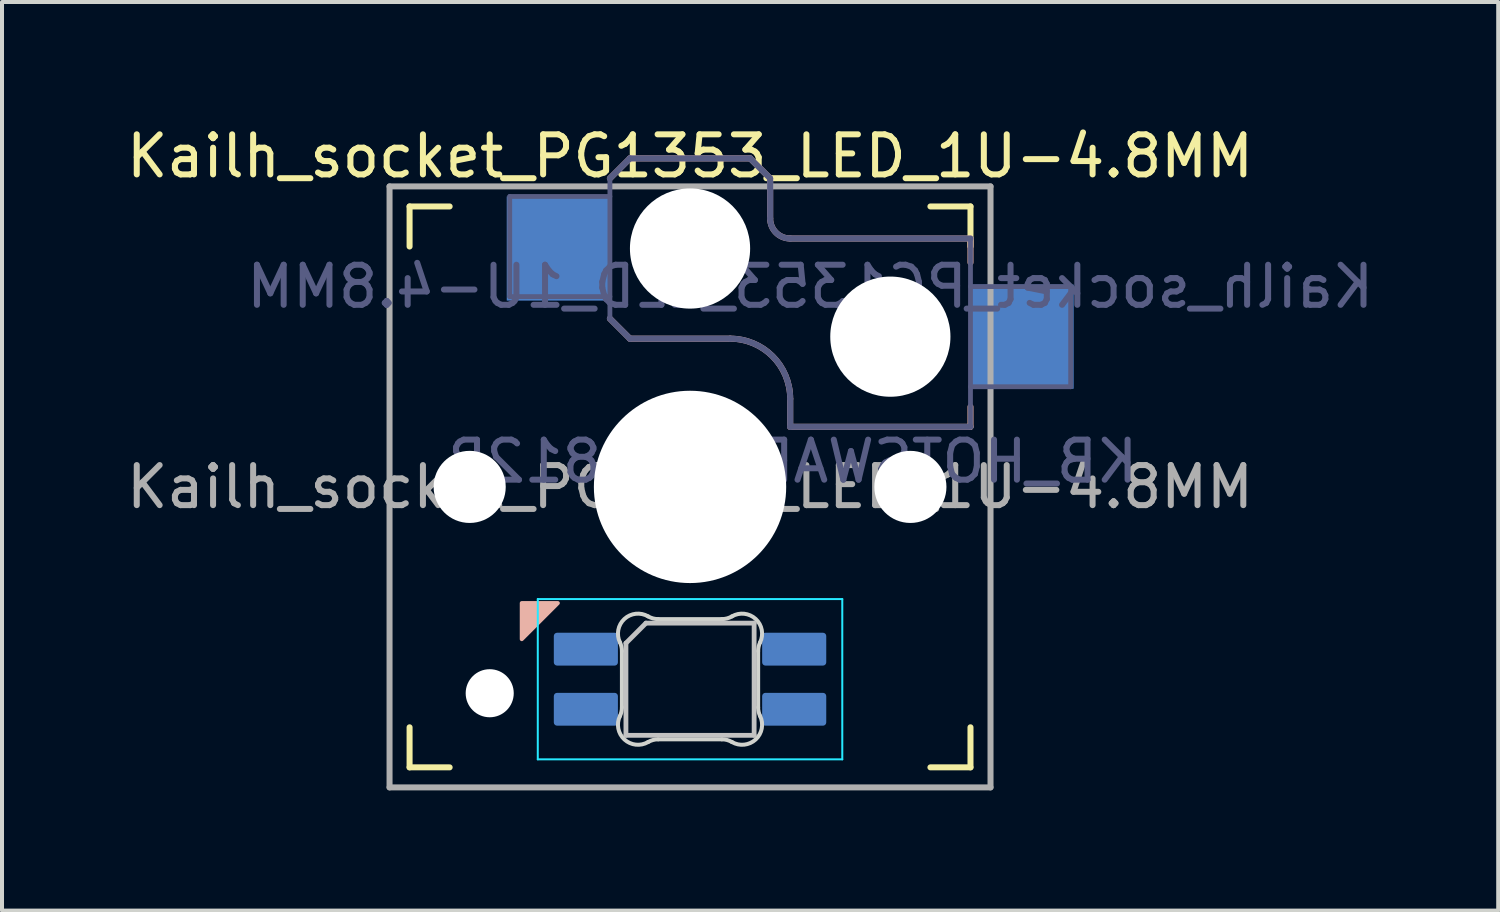
<source format=kicad_pcb>
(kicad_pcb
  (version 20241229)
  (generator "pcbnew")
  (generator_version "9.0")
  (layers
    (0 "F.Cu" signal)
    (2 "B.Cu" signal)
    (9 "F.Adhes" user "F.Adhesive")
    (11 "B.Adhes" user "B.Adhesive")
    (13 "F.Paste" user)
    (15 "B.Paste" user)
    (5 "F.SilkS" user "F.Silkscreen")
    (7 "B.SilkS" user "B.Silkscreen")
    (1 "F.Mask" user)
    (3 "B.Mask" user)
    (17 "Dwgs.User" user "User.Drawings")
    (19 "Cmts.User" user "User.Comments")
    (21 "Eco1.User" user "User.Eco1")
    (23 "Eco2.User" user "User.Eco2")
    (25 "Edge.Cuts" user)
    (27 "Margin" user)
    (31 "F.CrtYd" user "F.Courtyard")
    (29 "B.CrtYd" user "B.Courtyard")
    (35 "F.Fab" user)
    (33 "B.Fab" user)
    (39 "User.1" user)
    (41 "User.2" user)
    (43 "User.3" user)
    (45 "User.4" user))
  (footprint "Kailh_socket_PG1353_LED_1U-4.8MM"
    (layer "F.Cu")
    (at 14.173 9.103)
    (property "Reference" "Kailh_socket_PG1353_LED_1U-4.8MM" (at 0 -8.255 0) (layer "F.SilkS") (effects (font (size 1 1) (thickness 0.15))))
    (property "Value" "KB_HOTSWAP_WS2812B" (at 0 8.25 0) (layer "F.Fab") (hide yes) (effects (font (size 1 1) (thickness 0.15))))
    (attr through_hole)
    (fp_line (start -7 -6) (end -7 -7) (stroke (width 0.15) (type solid)) (layer "F.SilkS"))
    (fp_line (start -7 7) (end -7 6) (stroke (width 0.15) (type solid)) (layer "F.SilkS"))
    (fp_line (start -7 7) (end -6 7) (stroke (width 0.15) (type solid)) (layer "F.SilkS"))
    (fp_line (start -6 -7) (end -7 -7) (stroke (width 0.15) (type solid)) (layer "F.SilkS"))
    (fp_line (start 6 7) (end 7 7) (stroke (width 0.15) (type solid)) (layer "F.SilkS"))
    (fp_line (start 7 -7) (end 6 -7) (stroke (width 0.15) (type solid)) (layer "F.SilkS"))
    (fp_line (start 7 -7) (end 7 -6) (stroke (width 0.15) (type solid)) (layer "F.SilkS"))
    (fp_line (start 7 6) (end 7 7) (stroke (width 0.15) (type solid)) (layer "F.SilkS"))
    (fp_line (start -2 -7.7) (end -1.5 -8.2) (stroke (width 0.15) (type solid)) (layer "B.SilkS"))
    (fp_line (start -2 -4.2) (end -1.5 -3.7) (stroke (width 0.15) (type solid)) (layer "B.SilkS"))
    (fp_line (start -1.5 -8.2) (end 1.5 -8.2) (stroke (width 0.15) (type solid)) (layer "B.SilkS"))
    (fp_line (start -1.5 -3.7) (end 1 -3.7) (stroke (width 0.15) (type solid)) (layer "B.SilkS"))
    (fp_line (start 1.5 -8.2) (end 2 -7.7) (stroke (width 0.15) (type solid)) (layer "B.SilkS"))
    (fp_line (start 2 -6.7) (end 2 -7.7) (stroke (width 0.15) (type solid)) (layer "B.SilkS"))
    (fp_line (start 2.5 -2.2) (end 2.5 -1.5) (stroke (width 0.15) (type solid)) (layer "B.SilkS"))
    (fp_line (start 2.5 -1.5) (end 7 -1.5) (stroke (width 0.15) (type solid)) (layer "B.SilkS"))
    (fp_line (start 7 -6.2) (end 2.5 -6.2) (stroke (width 0.15) (type solid)) (layer "B.SilkS"))
    (fp_line (start 7 -5.6) (end 7 -6.2) (stroke (width 0.15) (type solid)) (layer "B.SilkS"))
    (fp_line (start 7 -1.5) (end 7 -2) (stroke (width 0.15) (type solid)) (layer "B.SilkS"))
    (fp_arc (start 1 -3.7) (mid 2.06066 -3.26066) (end 2.5 -2.2) (stroke (width 0.15) (type solid)) (layer "B.SilkS"))
    (fp_arc (start 2.5 -6.2) (mid 2.146447 -6.346447) (end 2 -6.7) (stroke (width 0.15) (type solid)) (layer "B.SilkS"))
    (fp_poly (pts (xy -4.2 3.8) (xy -3.3 2.9) (xy -4.2 2.9)) (stroke (width 0.1) (type solid)) (fill yes) (layer "B.SilkS"))
    (fp_line (start -1.6 3.9) (end -1.6 6.2) (stroke (width 0.12) (type solid)) (layer "Dwgs.User"))
    (fp_line (start -1.6 3.9) (end -1.1 3.4) (stroke (width 0.12) (type solid)) (layer "Dwgs.User"))
    (fp_line (start -1.6 6.2) (end 1.6 6.2) (stroke (width 0.12) (type solid)) (layer "Dwgs.User"))
    (fp_line (start 1.6 3.4) (end -1.1 3.4) (stroke (width 0.12) (type solid)) (layer "Dwgs.User"))
    (fp_line (start 1.6 6.2) (end 1.6 3.4) (stroke (width 0.12) (type solid)) (layer "Dwgs.User"))
    (fp_line (start -6.9 6.9) (end -6.9 -6.9) (stroke (width 0.15) (type solid)) (layer "Eco2.User"))
    (fp_line (start -6.9 6.9) (end 6.9 6.9) (stroke (width 0.15) (type solid)) (layer "Eco2.User"))
    (fp_line (start -2.6 -3.1) (end -2.6 -6.3) (stroke (width 0.15) (type solid)) (layer "Eco2.User"))
    (fp_line (start -2.6 -3.1) (end 2.6 -3.1) (stroke (width 0.15) (type solid)) (layer "Eco2.User"))
    (fp_line (start 2.6 -6.3) (end -2.6 -6.3) (stroke (width 0.15) (type solid)) (layer "Eco2.User"))
    (fp_line (start 2.6 -3.1) (end 2.6 -6.3) (stroke (width 0.15) (type solid)) (layer "Eco2.User"))
    (fp_line (start 6.9 -6.9) (end -6.9 -6.9) (stroke (width 0.15) (type solid)) (layer "Eco2.User"))
    (fp_line (start 6.9 -6.9) (end 6.9 6.9) (stroke (width 0.15) (type solid)) (layer "Eco2.User"))
    (fp_line (start -1.7 5.503) (end -1.7 4.097) (stroke (width 0.1) (type solid)) (layer "Edge.Cuts"))
    (fp_line (start -0.794 3.3) (end 0.794 3.3) (stroke (width 0.1) (type solid)) (layer "Edge.Cuts"))
    (fp_line (start 0.794 6.3) (end -0.794 6.3) (stroke (width 0.1) (type solid)) (layer "Edge.Cuts"))
    (fp_line (start 1.7 4.097) (end 1.7 5.503) (stroke (width 0.1) (type solid)) (layer "Edge.Cuts"))
    (fp_arc (start -1.749484 3.88028) (mid -1.712528 3.985932) (end -1.699999 4.097158) (stroke (width 0.1) (type solid)) (layer "Edge.Cuts"))
    (fp_arc (start -1.749484 3.880281) (mid -1.63807 3.295967) (end -1.046711 3.231701) (stroke (width 0.1) (type solid)) (layer "Edge.Cuts"))
    (fp_arc (start -1.699999 5.502843) (mid -1.712527 5.614068) (end -1.749484 5.71972) (stroke (width 0.1) (type solid)) (layer "Edge.Cuts"))
    (fp_arc (start -1.046711 6.368298) (mid -1.638074 6.304038) (end -1.749484 5.71972) (stroke (width 0.1) (type solid)) (layer "Edge.Cuts"))
    (fp_arc (start -1.046711 6.368298) (mid -0.925124 6.317371) (end -0.794453 6.299999) (stroke (width 0.1) (type solid)) (layer "Edge.Cuts"))
    (fp_arc (start -0.794452 3.3) (mid -0.92512 3.282615) (end -1.046711 3.231701) (stroke (width 0.1) (type solid)) (layer "Edge.Cuts"))
    (fp_arc (start 0.794453 6.3) (mid 0.925124 6.317371) (end 1.046711 6.368299) (stroke (width 0.1) (type solid)) (layer "Edge.Cuts"))
    (fp_arc (start 1.04671 3.231701) (mid 0.925122 3.282623) (end 0.794452 3.3) (stroke (width 0.1) (type solid)) (layer "Edge.Cuts"))
    (fp_arc (start 1.046711 3.231703) (mid 1.638077 3.295958) (end 1.749484 3.88028) (stroke (width 0.1) (type solid)) (layer "Edge.Cuts"))
    (fp_arc (start 1.699999 4.097157) (mid 1.71252 3.985929) (end 1.749484 3.88028) (stroke (width 0.1) (type solid)) (layer "Edge.Cuts"))
    (fp_arc (start 1.749484 5.71972) (mid 1.638075 6.30404) (end 1.046711 6.368299) (stroke (width 0.1) (type solid)) (layer "Edge.Cuts"))
    (fp_arc (start 1.749484 5.71972) (mid 1.712509 5.614072) (end 1.699999 5.502842) (stroke (width 0.1) (type solid)) (layer "Edge.Cuts"))
    (fp_line (start -3.8 2.8) (end -3.8 6.8) (stroke (width 0.05) (type solid)) (layer "B.CrtYd"))
    (fp_line (start -3.8 6.8) (end 3.8 6.8) (stroke (width 0.05) (type solid)) (layer "B.CrtYd"))
    (fp_line (start 3.8 2.8) (end -3.8 2.8) (stroke (width 0.05) (type solid)) (layer "B.CrtYd"))
    (fp_line (start 3.8 6.8) (end 3.8 2.8) (stroke (width 0.05) (type solid)) (layer "B.CrtYd"))
    (fp_line (start -4.5 -7.25) (end -2 -7.25) (stroke (width 0.12) (type solid)) (layer "B.Fab"))
    (fp_line (start -4.5 -4.75) (end -4.5 -7.25) (stroke (width 0.12) (type solid)) (layer "B.Fab"))
    (fp_line (start -2 -7.7) (end -1.5 -8.2) (stroke (width 0.15) (type solid)) (layer "B.Fab"))
    (fp_line (start -2 -4.75) (end -4.5 -4.75) (stroke (width 0.12) (type solid)) (layer "B.Fab"))
    (fp_line (start -2 -4.25) (end -2 -7.7) (stroke (width 0.12) (type solid)) (layer "B.Fab"))
    (fp_line (start -2 -4.2) (end -1.5 -3.7) (stroke (width 0.15) (type solid)) (layer "B.Fab"))
    (fp_line (start -1.5 -8.2) (end 1.5 -8.2) (stroke (width 0.15) (type solid)) (layer "B.Fab"))
    (fp_line (start -1.5 -3.7) (end 1 -3.7) (stroke (width 0.15) (type solid)) (layer "B.Fab"))
    (fp_line (start 1.5 -8.2) (end 2 -7.7) (stroke (width 0.15) (type solid)) (layer "B.Fab"))
    (fp_line (start 2 -6.7) (end 2 -7.7) (stroke (width 0.15) (type solid)) (layer "B.Fab"))
    (fp_line (start 2.5 -2.2) (end 2.5 -1.5) (stroke (width 0.15) (type solid)) (layer "B.Fab"))
    (fp_line (start 2.5 -1.5) (end 7 -1.5) (stroke (width 0.15) (type solid)) (layer "B.Fab"))
    (fp_line (start 7 -6.2) (end 2.5 -6.2) (stroke (width 0.15) (type solid)) (layer "B.Fab"))
    (fp_line (start 7 -5) (end 9.5 -5) (stroke (width 0.12) (type solid)) (layer "B.Fab"))
    (fp_line (start 7 -1.5) (end 7 -6.2) (stroke (width 0.12) (type solid)) (layer "B.Fab"))
    (fp_line (start 9.5 -5) (end 9.5 -2.5) (stroke (width 0.12) (type solid)) (layer "B.Fab"))
    (fp_line (start 9.5 -2.5) (end 7 -2.5) (stroke (width 0.12) (type solid)) (layer "B.Fab"))
    (fp_arc (start 1 -3.7) (mid 2.06066 -3.26066) (end 2.5 -2.2) (stroke (width 0.15) (type solid)) (layer "B.Fab"))
    (fp_arc (start 2.5 -6.2) (mid 2.146447 -6.346447) (end 2 -6.7) (stroke (width 0.15) (type solid)) (layer "B.Fab"))
    (fp_line (start -7.5 -7.5) (end 7.5 -7.5) (stroke (width 0.15) (type solid)) (layer "F.Fab"))
    (fp_line (start -7.5 7.5) (end -7.5 -7.5) (stroke (width 0.15) (type solid)) (layer "F.Fab"))
    (fp_line (start 7.5 -7.5) (end 7.5 7.5) (stroke (width 0.15) (type solid)) (layer "F.Fab"))
    (fp_line (start 7.5 7.5) (end -7.5 7.5) (stroke (width 0.15) (type solid)) (layer "F.Fab"))
    (fp_text user "${REFERENCE}" (at 3 -5 0) (layer "B.Fab") (effects (font (size 1 1) (thickness 0.15)) (justify mirror)))
    (fp_text user "${VALUE}" (at 2.54 -0.635 0) (layer "B.Fab") (effects (font (size 1 1) (thickness 0.15)) (justify mirror)))
    (fp_text user "${REFERENCE}" (at 0 0 0) (layer "F.Fab") (effects (font (size 1 1) (thickness 0.15))))
    (pad "" np_thru_hole circle (at -5.5 0) (size 1.8 1.8) (drill 1.8) (layers "*.Cu" "*.Mask"))
    (pad "" np_thru_hole circle (at -5 5.15) (size 1.2 1.2) (drill 1.2) (layers "*.Cu" "*.Mask"))
    (pad "" np_thru_hole circle (at 0 -5.95) (size 3 3) (drill 3) (layers "*.Cu" "*.Mask"))
    (pad "" np_thru_hole circle (at 0 0) (size 4.8 4.8) (drill 4.8) (layers "*.Cu" "*.Mask"))
    (pad "" np_thru_hole circle (at 5 -3.75) (size 3 3) (drill 3) (layers "*.Cu" "*.Mask"))
    (pad "" np_thru_hole circle (at 5.5 0) (size 1.8 1.8) (drill 1.8) (layers "*.Cu" "*.Mask"))
    (pad "1" smd roundrect (at 2.6 5.55 90) (size 0.82 1.6) (layers "B.Cu" "B.Mask" "B.Paste") (roundrect_rratio 0.1))
    (pad "2" smd roundrect (at 2.6 4.05 90) (size 0.82 1.6) (layers "B.Cu" "B.Mask" "B.Paste") (roundrect_rratio 0.1))
    (pad "3" smd roundrect (at -2.6 4.05 90) (size 0.82 1.6) (layers "B.Cu" "B.Mask" "B.Paste") (roundrect_rratio 0.1))
    (pad "4" smd roundrect (at -2.6 5.55 90) (size 0.82 1.6) (layers "B.Cu" "B.Mask" "B.Paste") (roundrect_rratio 0.1))
    (pad "A" smd rect (at -3.275 -5.95) (size 2.6 2.6) (layers "B.Cu" "B.Mask" "B.Paste"))
    (pad "B" smd rect (at 8.275 -3.75) (size 2.6 2.6) (layers "B.Cu" "B.Mask" "B.Paste")))
  (gr_rect
    (start -3 -3)
    (end 34.345 19.678)
    (stroke (width 0.1) (type default))
    (fill no)
    (layer "Edge.Cuts")))
</source>
